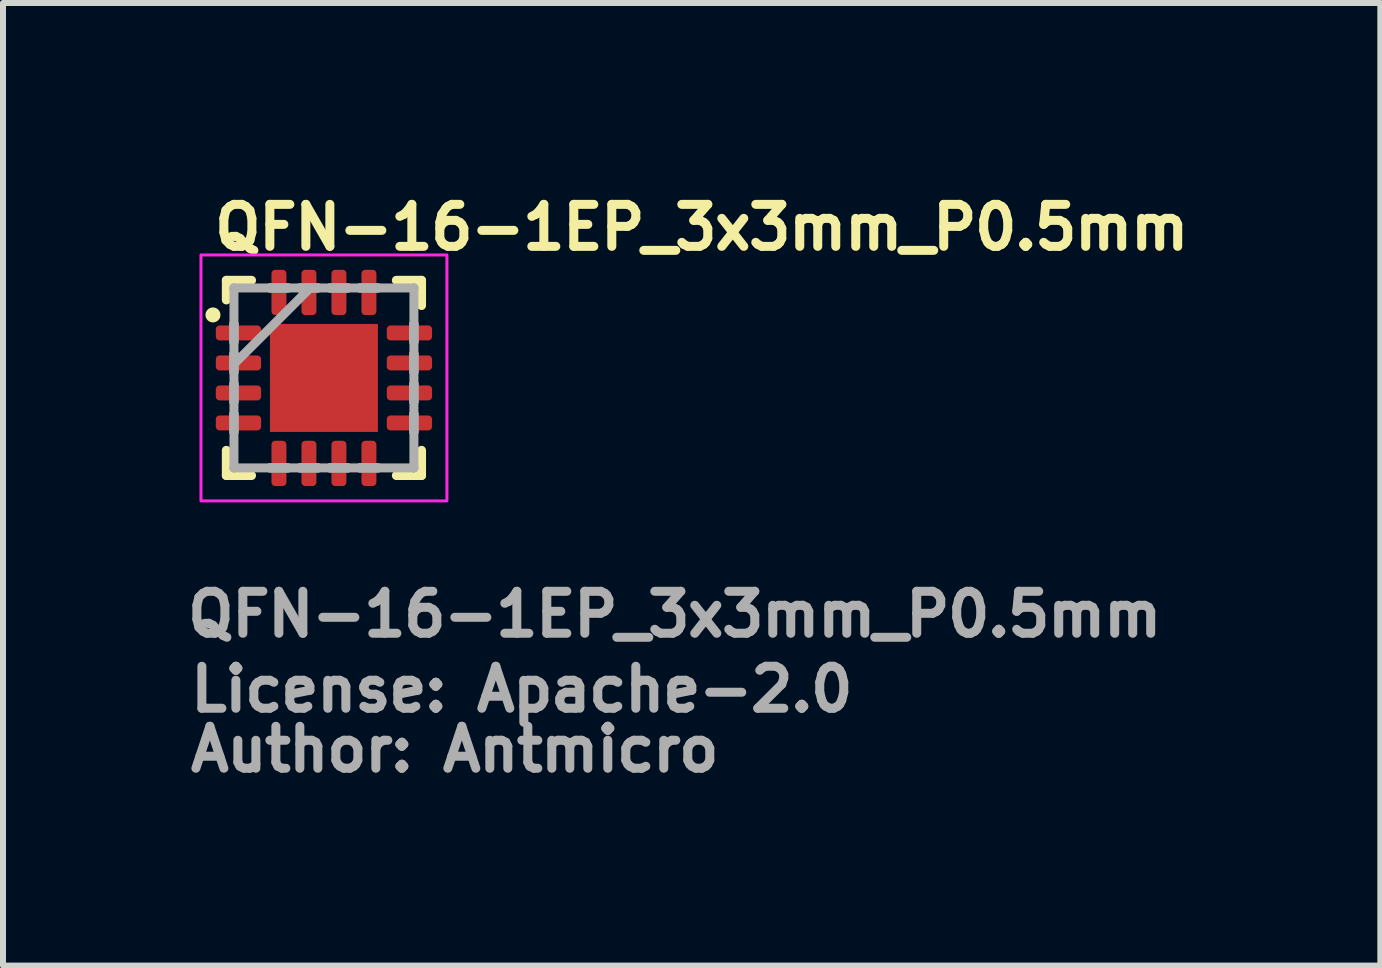
<source format=kicad_pcb>
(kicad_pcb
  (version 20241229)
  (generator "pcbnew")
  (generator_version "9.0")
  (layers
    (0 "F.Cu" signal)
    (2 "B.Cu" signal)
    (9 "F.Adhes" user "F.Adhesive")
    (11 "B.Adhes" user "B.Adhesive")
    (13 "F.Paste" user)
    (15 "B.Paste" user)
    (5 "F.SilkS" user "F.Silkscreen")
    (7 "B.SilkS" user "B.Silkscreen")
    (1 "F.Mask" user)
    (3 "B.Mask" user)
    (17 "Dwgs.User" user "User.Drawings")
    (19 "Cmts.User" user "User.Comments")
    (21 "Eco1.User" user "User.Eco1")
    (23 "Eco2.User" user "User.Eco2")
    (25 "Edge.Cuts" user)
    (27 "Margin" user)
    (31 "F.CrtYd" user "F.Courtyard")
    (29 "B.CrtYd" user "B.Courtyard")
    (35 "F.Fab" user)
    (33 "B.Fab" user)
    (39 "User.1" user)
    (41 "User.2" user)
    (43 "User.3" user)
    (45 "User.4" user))
  (footprint "QFN-16-1EP_3x3mm_P0.5mm"
    (layer "F.Cu")
    (at 2.35 3.25)
    (property "Reference" "QFN-16-1EP_3x3mm_P0.5mm" (at -1.9 -2.1 0) (unlocked yes) (layer "F.SilkS") (effects (font (size 0.7 0.7) (thickness 0.15)) (justify left bottom)))
    (attr smd)
    (fp_line (start -1.627 -1.627) (end -1.627 -1.3) (stroke (width 0.15) (type solid)) (layer "F.SilkS"))
    (fp_line (start -1.627 1.207) (end -1.627 1.627) (stroke (width 0.15) (type solid)) (layer "F.SilkS"))
    (fp_line (start -1.627 1.627) (end -1.207 1.627) (stroke (width 0.15) (type solid)) (layer "F.SilkS"))
    (fp_line (start -1.207 -1.627) (end -1.627 -1.627) (stroke (width 0.15) (type solid)) (layer "F.SilkS"))
    (fp_line (start 1.207 1.627) (end 1.627 1.627) (stroke (width 0.15) (type solid)) (layer "F.SilkS"))
    (fp_line (start 1.627 -1.627) (end 1.207 -1.627) (stroke (width 0.15) (type solid)) (layer "F.SilkS"))
    (fp_line (start 1.627 -1.207) (end 1.627 -1.627) (stroke (width 0.15) (type solid)) (layer "F.SilkS"))
    (fp_line (start 1.627 1.627) (end 1.627 1.207) (stroke (width 0.15) (type solid)) (layer "F.SilkS"))
    (fp_circle (center -1.85 -1.05) (end -1.8 -1.05) (stroke (width 0.15) (type solid)) (fill yes) (layer "F.SilkS"))
    (fp_rect (start -2.05 -2.05) (end 2.05 2.05) (stroke (width 0.05) (type solid)) (fill no) (layer "F.CrtYd"))
    (fp_line (start -1.5 -1.5) (end -1.5 -1.5) (stroke (width 0.15) (type solid)) (layer "F.Fab"))
    (fp_line (start -1.5 -1.5) (end -1.5 1.5) (stroke (width 0.15) (type solid)) (layer "F.Fab"))
    (fp_line (start -1.5 -0.9) (end -1.5 -0.9) (stroke (width 0.15) (type solid)) (layer "F.Fab"))
    (fp_line (start -1.5 -0.9) (end -1.5 -0.6) (stroke (width 0.15) (type solid)) (layer "F.Fab"))
    (fp_line (start -1.5 -0.6) (end -1.5 -0.9) (stroke (width 0.15) (type solid)) (layer "F.Fab"))
    (fp_line (start -1.5 -0.6) (end -1.5 -0.6) (stroke (width 0.15) (type solid)) (layer "F.Fab"))
    (fp_line (start -1.5 -0.4) (end -1.5 -0.4) (stroke (width 0.15) (type solid)) (layer "F.Fab"))
    (fp_line (start -1.5 -0.4) (end -1.5 -0.1) (stroke (width 0.15) (type solid)) (layer "F.Fab"))
    (fp_line (start -1.5 -0.23) (end -0.23 -1.5) (stroke (width 0.15) (type solid)) (layer "F.Fab"))
    (fp_line (start -1.5 -0.1) (end -1.5 -0.4) (stroke (width 0.15) (type solid)) (layer "F.Fab"))
    (fp_line (start -1.5 -0.1) (end -1.5 -0.1) (stroke (width 0.15) (type solid)) (layer "F.Fab"))
    (fp_line (start -1.5 0.1) (end -1.5 0.1) (stroke (width 0.15) (type solid)) (layer "F.Fab"))
    (fp_line (start -1.5 0.1) (end -1.5 0.4) (stroke (width 0.15) (type solid)) (layer "F.Fab"))
    (fp_line (start -1.5 0.4) (end -1.5 0.1) (stroke (width 0.15) (type solid)) (layer "F.Fab"))
    (fp_line (start -1.5 0.4) (end -1.5 0.4) (stroke (width 0.15) (type solid)) (layer "F.Fab"))
    (fp_line (start -1.5 0.6) (end -1.5 0.6) (stroke (width 0.15) (type solid)) (layer "F.Fab"))
    (fp_line (start -1.5 0.6) (end -1.5 0.9) (stroke (width 0.15) (type solid)) (layer "F.Fab"))
    (fp_line (start -1.5 0.9) (end -1.5 0.6) (stroke (width 0.15) (type solid)) (layer "F.Fab"))
    (fp_line (start -1.5 0.9) (end -1.5 0.9) (stroke (width 0.15) (type solid)) (layer "F.Fab"))
    (fp_line (start -1.5 1.5) (end -1.5 1.5) (stroke (width 0.15) (type solid)) (layer "F.Fab"))
    (fp_line (start -1.5 1.5) (end 1.5 1.5) (stroke (width 0.15) (type solid)) (layer "F.Fab"))
    (fp_line (start -0.9 -1.5) (end -0.9 -1.5) (stroke (width 0.15) (type solid)) (layer "F.Fab"))
    (fp_line (start -0.9 -1.5) (end -0.6 -1.5) (stroke (width 0.15) (type solid)) (layer "F.Fab"))
    (fp_line (start -0.9 1.5) (end -0.9 1.5) (stroke (width 0.15) (type solid)) (layer "F.Fab"))
    (fp_line (start -0.9 1.5) (end -0.6 1.5) (stroke (width 0.15) (type solid)) (layer "F.Fab"))
    (fp_line (start -0.6 -1.5) (end -0.9 -1.5) (stroke (width 0.15) (type solid)) (layer "F.Fab"))
    (fp_line (start -0.6 -1.5) (end -0.6 -1.5) (stroke (width 0.15) (type solid)) (layer "F.Fab"))
    (fp_line (start -0.6 1.5) (end -0.9 1.5) (stroke (width 0.15) (type solid)) (layer "F.Fab"))
    (fp_line (start -0.6 1.5) (end -0.6 1.5) (stroke (width 0.15) (type solid)) (layer "F.Fab"))
    (fp_line (start -0.4 -1.5) (end -0.4 -1.5) (stroke (width 0.15) (type solid)) (layer "F.Fab"))
    (fp_line (start -0.4 -1.5) (end -0.1 -1.5) (stroke (width 0.15) (type solid)) (layer "F.Fab"))
    (fp_line (start -0.4 1.5) (end -0.4 1.5) (stroke (width 0.15) (type solid)) (layer "F.Fab"))
    (fp_line (start -0.4 1.5) (end -0.1 1.5) (stroke (width 0.15) (type solid)) (layer "F.Fab"))
    (fp_line (start -0.1 -1.5) (end -0.4 -1.5) (stroke (width 0.15) (type solid)) (layer "F.Fab"))
    (fp_line (start -0.1 -1.5) (end -0.1 -1.5) (stroke (width 0.15) (type solid)) (layer "F.Fab"))
    (fp_line (start -0.1 1.5) (end -0.4 1.5) (stroke (width 0.15) (type solid)) (layer "F.Fab"))
    (fp_line (start -0.1 1.5) (end -0.1 1.5) (stroke (width 0.15) (type solid)) (layer "F.Fab"))
    (fp_line (start 0.1 -1.5) (end 0.1 -1.5) (stroke (width 0.15) (type solid)) (layer "F.Fab"))
    (fp_line (start 0.1 -1.5) (end 0.4 -1.5) (stroke (width 0.15) (type solid)) (layer "F.Fab"))
    (fp_line (start 0.1 1.5) (end 0.1 1.5) (stroke (width 0.15) (type solid)) (layer "F.Fab"))
    (fp_line (start 0.1 1.5) (end 0.4 1.5) (stroke (width 0.15) (type solid)) (layer "F.Fab"))
    (fp_line (start 0.4 -1.5) (end 0.1 -1.5) (stroke (width 0.15) (type solid)) (layer "F.Fab"))
    (fp_line (start 0.4 -1.5) (end 0.4 -1.5) (stroke (width 0.15) (type solid)) (layer "F.Fab"))
    (fp_line (start 0.4 1.5) (end 0.1 1.5) (stroke (width 0.15) (type solid)) (layer "F.Fab"))
    (fp_line (start 0.4 1.5) (end 0.4 1.5) (stroke (width 0.15) (type solid)) (layer "F.Fab"))
    (fp_line (start 0.6 -1.5) (end 0.6 -1.5) (stroke (width 0.15) (type solid)) (layer "F.Fab"))
    (fp_line (start 0.6 -1.5) (end 0.9 -1.5) (stroke (width 0.15) (type solid)) (layer "F.Fab"))
    (fp_line (start 0.6 1.5) (end 0.6 1.5) (stroke (width 0.15) (type solid)) (layer "F.Fab"))
    (fp_line (start 0.6 1.5) (end 0.9 1.5) (stroke (width 0.15) (type solid)) (layer "F.Fab"))
    (fp_line (start 0.9 -1.5) (end 0.6 -1.5) (stroke (width 0.15) (type solid)) (layer "F.Fab"))
    (fp_line (start 0.9 -1.5) (end 0.9 -1.5) (stroke (width 0.15) (type solid)) (layer "F.Fab"))
    (fp_line (start 0.9 1.5) (end 0.6 1.5) (stroke (width 0.15) (type solid)) (layer "F.Fab"))
    (fp_line (start 0.9 1.5) (end 0.9 1.5) (stroke (width 0.15) (type solid)) (layer "F.Fab"))
    (fp_line (start 1.5 -1.5) (end -1.5 -1.5) (stroke (width 0.15) (type solid)) (layer "F.Fab"))
    (fp_line (start 1.5 -1.5) (end 1.5 -1.5) (stroke (width 0.15) (type solid)) (layer "F.Fab"))
    (fp_line (start 1.5 -0.9) (end 1.5 -0.9) (stroke (width 0.15) (type solid)) (layer "F.Fab"))
    (fp_line (start 1.5 -0.9) (end 1.5 -0.6) (stroke (width 0.15) (type solid)) (layer "F.Fab"))
    (fp_line (start 1.5 -0.6) (end 1.5 -0.9) (stroke (width 0.15) (type solid)) (layer "F.Fab"))
    (fp_line (start 1.5 -0.6) (end 1.5 -0.6) (stroke (width 0.15) (type solid)) (layer "F.Fab"))
    (fp_line (start 1.5 -0.4) (end 1.5 -0.4) (stroke (width 0.15) (type solid)) (layer "F.Fab"))
    (fp_line (start 1.5 -0.4) (end 1.5 -0.1) (stroke (width 0.15) (type solid)) (layer "F.Fab"))
    (fp_line (start 1.5 -0.1) (end 1.5 -0.4) (stroke (width 0.15) (type solid)) (layer "F.Fab"))
    (fp_line (start 1.5 -0.1) (end 1.5 -0.1) (stroke (width 0.15) (type solid)) (layer "F.Fab"))
    (fp_line (start 1.5 0.1) (end 1.5 0.1) (stroke (width 0.15) (type solid)) (layer "F.Fab"))
    (fp_line (start 1.5 0.1) (end 1.5 0.4) (stroke (width 0.15) (type solid)) (layer "F.Fab"))
    (fp_line (start 1.5 0.4) (end 1.5 0.1) (stroke (width 0.15) (type solid)) (layer "F.Fab"))
    (fp_line (start 1.5 0.4) (end 1.5 0.4) (stroke (width 0.15) (type solid)) (layer "F.Fab"))
    (fp_line (start 1.5 0.6) (end 1.5 0.6) (stroke (width 0.15) (type solid)) (layer "F.Fab"))
    (fp_line (start 1.5 0.6) (end 1.5 0.9) (stroke (width 0.15) (type solid)) (layer "F.Fab"))
    (fp_line (start 1.5 0.9) (end 1.5 0.6) (stroke (width 0.15) (type solid)) (layer "F.Fab"))
    (fp_line (start 1.5 0.9) (end 1.5 0.9) (stroke (width 0.15) (type solid)) (layer "F.Fab"))
    (fp_line (start 1.5 1.5) (end 1.5 -1.5) (stroke (width 0.15) (type solid)) (layer "F.Fab"))
    (fp_line (start 1.5 1.5) (end 1.5 1.5) (stroke (width 0.15) (type solid)) (layer "F.Fab"))
    (fp_rect (start -1.5 -1.5) (end 1.5 1.5) (stroke (width 0.1) (type solid)) (fill no) (layer "User.5"))
    (fp_line (start -1.5 -1.5) (end -1.5 1.5) (stroke (width 0.02) (type solid)) (layer "User.9"))
    (fp_line (start -1.5 1.5) (end 1.5 1.5) (stroke (width 0.02) (type solid)) (layer "User.9"))
    (fp_line (start -1.35 -1.2) (end -1.346 -1.167) (stroke (width 0.02) (type solid)) (layer "User.9"))
    (fp_line (start -1.35 -1.2) (end -1.346 -1.167) (stroke (width 0.02) (type solid)) (layer "User.9"))
    (fp_line (start -1.346 -1.233) (end -1.35 -1.2) (stroke (width 0.02) (type solid)) (layer "User.9"))
    (fp_line (start -1.346 -1.233) (end -1.35 -1.2) (stroke (width 0.02) (type solid)) (layer "User.9"))
    (fp_line (start -1.346 -1.167) (end -1.335 -1.135) (stroke (width 0.02) (type solid)) (layer "User.9"))
    (fp_line (start -1.346 -1.167) (end -1.335 -1.135) (stroke (width 0.02) (type solid)) (layer "User.9"))
    (fp_line (start -1.335 -1.265) (end -1.346 -1.233) (stroke (width 0.02) (type solid)) (layer "User.9"))
    (fp_line (start -1.335 -1.265) (end -1.346 -1.233) (stroke (width 0.02) (type solid)) (layer "User.9"))
    (fp_line (start -1.335 -1.135) (end -1.317 -1.106) (stroke (width 0.02) (type solid)) (layer "User.9"))
    (fp_line (start -1.335 -1.135) (end -1.317 -1.106) (stroke (width 0.02) (type solid)) (layer "User.9"))
    (fp_line (start -1.317 -1.294) (end -1.335 -1.265) (stroke (width 0.02) (type solid)) (layer "User.9"))
    (fp_line (start -1.317 -1.294) (end -1.335 -1.265) (stroke (width 0.02) (type solid)) (layer "User.9"))
    (fp_line (start -1.317 -1.106) (end -1.294 -1.083) (stroke (width 0.02) (type solid)) (layer "User.9"))
    (fp_line (start -1.317 -1.106) (end -1.294 -1.083) (stroke (width 0.02) (type solid)) (layer "User.9"))
    (fp_line (start -1.294 -1.317) (end -1.317 -1.294) (stroke (width 0.02) (type solid)) (layer "User.9"))
    (fp_line (start -1.294 -1.317) (end -1.317 -1.294) (stroke (width 0.02) (type solid)) (layer "User.9"))
    (fp_line (start -1.294 -1.083) (end -1.265 -1.065) (stroke (width 0.02) (type solid)) (layer "User.9"))
    (fp_line (start -1.294 -1.083) (end -1.265 -1.065) (stroke (width 0.02) (type solid)) (layer "User.9"))
    (fp_line (start -1.265 -1.335) (end -1.294 -1.317) (stroke (width 0.02) (type solid)) (layer "User.9"))
    (fp_line (start -1.265 -1.335) (end -1.294 -1.317) (stroke (width 0.02) (type solid)) (layer "User.9"))
    (fp_line (start -1.265 -1.065) (end -1.233 -1.054) (stroke (width 0.02) (type solid)) (layer "User.9"))
    (fp_line (start -1.265 -1.065) (end -1.233 -1.054) (stroke (width 0.02) (type solid)) (layer "User.9"))
    (fp_line (start -1.233 -1.346) (end -1.265 -1.335) (stroke (width 0.02) (type solid)) (layer "User.9"))
    (fp_line (start -1.233 -1.346) (end -1.265 -1.335) (stroke (width 0.02) (type solid)) (layer "User.9"))
    (fp_line (start -1.233 -1.054) (end -1.2 -1.05) (stroke (width 0.02) (type solid)) (layer "User.9"))
    (fp_line (start -1.233 -1.054) (end -1.2 -1.05) (stroke (width 0.02) (type solid)) (layer "User.9"))
    (fp_line (start -1.2 -1.35) (end -1.233 -1.346) (stroke (width 0.02) (type solid)) (layer "User.9"))
    (fp_line (start -1.2 -1.35) (end -1.233 -1.346) (stroke (width 0.02) (type solid)) (layer "User.9"))
    (fp_line (start -1.2 -1.05) (end -1.167 -1.054) (stroke (width 0.02) (type solid)) (layer "User.9"))
    (fp_line (start -1.2 -1.05) (end -1.167 -1.054) (stroke (width 0.02) (type solid)) (layer "User.9"))
    (fp_line (start -1.167 -1.346) (end -1.2 -1.35) (stroke (width 0.02) (type solid)) (layer "User.9"))
    (fp_line (start -1.167 -1.346) (end -1.2 -1.35) (stroke (width 0.02) (type solid)) (layer "User.9"))
    (fp_line (start -1.167 -1.054) (end -1.135 -1.065) (stroke (width 0.02) (type solid)) (layer "User.9"))
    (fp_line (start -1.167 -1.054) (end -1.135 -1.065) (stroke (width 0.02) (type solid)) (layer "User.9"))
    (fp_line (start -1.135 -1.335) (end -1.167 -1.346) (stroke (width 0.02) (type solid)) (layer "User.9"))
    (fp_line (start -1.135 -1.335) (end -1.167 -1.346) (stroke (width 0.02) (type solid)) (layer "User.9"))
    (fp_line (start -1.135 -1.065) (end -1.106 -1.083) (stroke (width 0.02) (type solid)) (layer "User.9"))
    (fp_line (start -1.135 -1.065) (end -1.106 -1.083) (stroke (width 0.02) (type solid)) (layer "User.9"))
    (fp_line (start -1.106 -1.317) (end -1.135 -1.335) (stroke (width 0.02) (type solid)) (layer "User.9"))
    (fp_line (start -1.106 -1.317) (end -1.135 -1.335) (stroke (width 0.02) (type solid)) (layer "User.9"))
    (fp_line (start -1.106 -1.083) (end -1.083 -1.106) (stroke (width 0.02) (type solid)) (layer "User.9"))
    (fp_line (start -1.106 -1.083) (end -1.083 -1.106) (stroke (width 0.02) (type solid)) (layer "User.9"))
    (fp_line (start -1.083 -1.294) (end -1.106 -1.317) (stroke (width 0.02) (type solid)) (layer "User.9"))
    (fp_line (start -1.083 -1.294) (end -1.106 -1.317) (stroke (width 0.02) (type solid)) (layer "User.9"))
    (fp_line (start -1.083 -1.106) (end -1.065 -1.135) (stroke (width 0.02) (type solid)) (layer "User.9"))
    (fp_line (start -1.083 -1.106) (end -1.065 -1.135) (stroke (width 0.02) (type solid)) (layer "User.9"))
    (fp_line (start -1.065 -1.265) (end -1.083 -1.294) (stroke (width 0.02) (type solid)) (layer "User.9"))
    (fp_line (start -1.065 -1.265) (end -1.083 -1.294) (stroke (width 0.02) (type solid)) (layer "User.9"))
    (fp_line (start -1.065 -1.135) (end -1.054 -1.167) (stroke (width 0.02) (type solid)) (layer "User.9"))
    (fp_line (start -1.065 -1.135) (end -1.054 -1.167) (stroke (width 0.02) (type solid)) (layer "User.9"))
    (fp_line (start -1.054 -1.233) (end -1.065 -1.265) (stroke (width 0.02) (type solid)) (layer "User.9"))
    (fp_line (start -1.054 -1.233) (end -1.065 -1.265) (stroke (width 0.02) (type solid)) (layer "User.9"))
    (fp_line (start -1.054 -1.167) (end -1.05 -1.2) (stroke (width 0.02) (type solid)) (layer "User.9"))
    (fp_line (start -1.054 -1.167) (end -1.05 -1.2) (stroke (width 0.02) (type solid)) (layer "User.9"))
    (fp_line (start -1.05 -1.2) (end -1.054 -1.233) (stroke (width 0.02) (type solid)) (layer "User.9"))
    (fp_line (start -1.05 -1.2) (end -1.054 -1.233) (stroke (width 0.02) (type solid)) (layer "User.9"))
    (fp_line (start 1.5 -1.5) (end -1.5 -1.5) (stroke (width 0.02) (type solid)) (layer "User.9"))
    (fp_line (start 1.5 1.5) (end 1.5 -1.5) (stroke (width 0.02) (type solid)) (layer "User.9"))
    (fp_text user "Author: Antmicro" (at -2.3 6.6 0) (layer "F.Fab") (effects (font (size 0.7 0.7) (thickness 0.15)) (justify left bottom)))
    (fp_text user "${REFERENCE}" (at -2.35 4.35 0) (unlocked yes) (layer "F.Fab") (effects (font (size 0.7 0.7) (thickness 0.15)) (justify left bottom)))
    (fp_text user "License: Apache-2.0" (at -2.3 5.6 0) (layer "F.Fab") (effects (font (size 0.7 0.7) (thickness 0.15)) (justify left bottom)))
    (pad "1" smd roundrect (at -1.425 -0.75 90) (size 0.249 0.755) (layers "F.Cu" "F.Mask" "F.Paste") (roundrect_rratio 0.25))
    (pad "2" smd roundrect (at -1.425 -0.25 90) (size 0.249 0.755) (layers "F.Cu" "F.Mask" "F.Paste") (roundrect_rratio 0.25))
    (pad "3" smd roundrect (at -1.425 0.25 90) (size 0.249 0.755) (layers "F.Cu" "F.Mask" "F.Paste") (roundrect_rratio 0.25))
    (pad "4" smd roundrect (at -1.425 0.75 90) (size 0.249 0.755) (layers "F.Cu" "F.Mask" "F.Paste") (roundrect_rratio 0.25))
    (pad "5" smd roundrect (at -0.75 1.425) (size 0.249 0.755) (layers "F.Cu" "F.Mask" "F.Paste") (roundrect_rratio 0.25))
    (pad "6" smd roundrect (at -0.25 1.425) (size 0.249 0.755) (layers "F.Cu" "F.Mask" "F.Paste") (roundrect_rratio 0.25))
    (pad "7" smd roundrect (at 0.25 1.425) (size 0.249 0.755) (layers "F.Cu" "F.Mask" "F.Paste") (roundrect_rratio 0.25))
    (pad "8" smd roundrect (at 0.75 1.425) (size 0.249 0.755) (layers "F.Cu" "F.Mask" "F.Paste") (roundrect_rratio 0.25))
    (pad "9" smd roundrect (at 1.425 0.75 90) (size 0.249 0.755) (layers "F.Cu" "F.Mask" "F.Paste") (roundrect_rratio 0.25))
    (pad "10" smd roundrect (at 1.425 0.25 90) (size 0.249 0.755) (layers "F.Cu" "F.Mask" "F.Paste") (roundrect_rratio 0.25))
    (pad "11" smd roundrect (at 1.425 -0.25 90) (size 0.249 0.755) (layers "F.Cu" "F.Mask" "F.Paste") (roundrect_rratio 0.25))
    (pad "12" smd roundrect (at 1.425 -0.75 90) (size 0.249 0.755) (layers "F.Cu" "F.Mask" "F.Paste") (roundrect_rratio 0.25))
    (pad "13" smd roundrect (at 0.75 -1.425) (size 0.249 0.755) (layers "F.Cu" "F.Mask" "F.Paste") (roundrect_rratio 0.25))
    (pad "14" smd roundrect (at 0.25 -1.425) (size 0.249 0.755) (layers "F.Cu" "F.Mask" "F.Paste") (roundrect_rratio 0.25))
    (pad "15" smd roundrect (at -0.25 -1.425) (size 0.249 0.755) (layers "F.Cu" "F.Mask" "F.Paste") (roundrect_rratio 0.25))
    (pad "16" smd roundrect (at -0.75 -1.425) (size 0.249 0.755) (layers "F.Cu" "F.Mask" "F.Paste") (roundrect_rratio 0.25))
    (pad "17" smd rect (at 0 0) (size 1.8 1.8) (layers "F.Cu" "F.Mask" "F.Paste")))
  (gr_rect
    (start -3 -3)
    (end 19.96 13.046)
    (stroke (width 0.1) (type default))
    (fill no)
    (layer "Edge.Cuts")))
</source>
